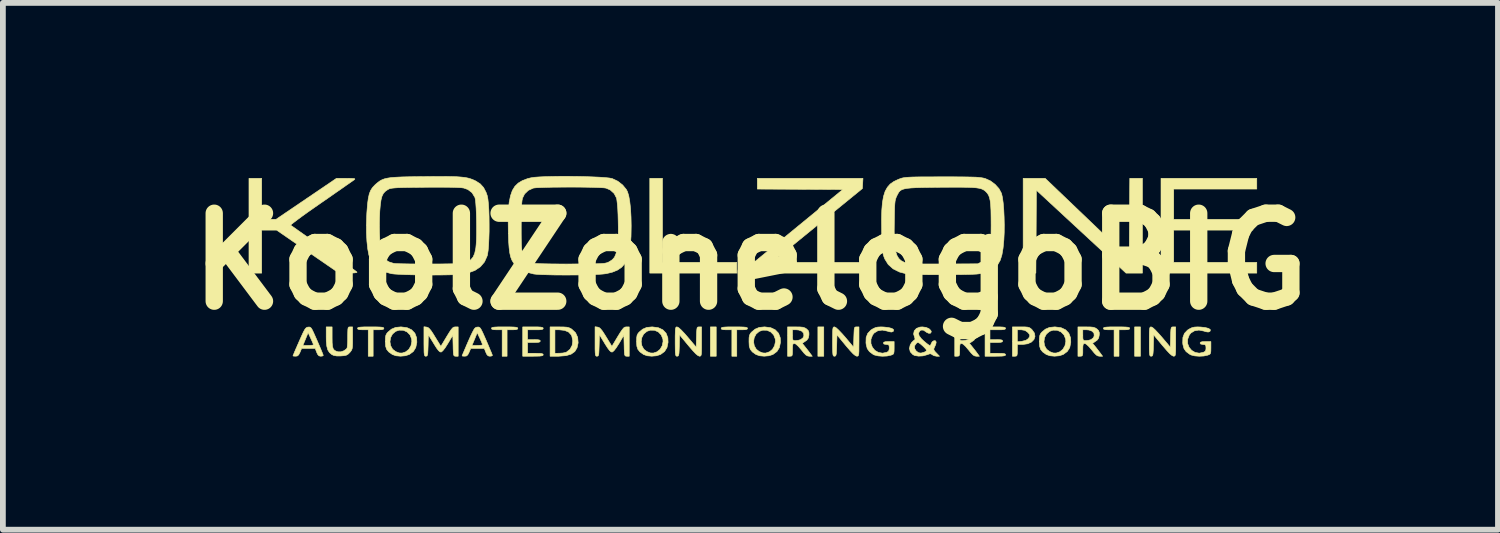
<source format=kicad_pcb>
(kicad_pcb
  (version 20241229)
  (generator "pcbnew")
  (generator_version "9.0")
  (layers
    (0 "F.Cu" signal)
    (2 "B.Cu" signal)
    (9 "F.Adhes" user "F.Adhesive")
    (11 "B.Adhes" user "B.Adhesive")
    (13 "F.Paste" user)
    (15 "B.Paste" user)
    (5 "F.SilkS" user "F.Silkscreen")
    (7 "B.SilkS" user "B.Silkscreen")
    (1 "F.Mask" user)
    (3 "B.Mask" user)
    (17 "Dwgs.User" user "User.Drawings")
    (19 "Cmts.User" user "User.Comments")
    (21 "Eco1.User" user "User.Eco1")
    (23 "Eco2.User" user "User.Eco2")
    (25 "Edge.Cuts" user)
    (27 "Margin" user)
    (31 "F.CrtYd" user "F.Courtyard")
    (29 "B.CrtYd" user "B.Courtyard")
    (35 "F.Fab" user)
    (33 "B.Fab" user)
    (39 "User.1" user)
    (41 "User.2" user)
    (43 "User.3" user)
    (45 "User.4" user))
  (footprint "KoolZonelogoBIG"
    (layer "F.Cu")
    (at 9.95 1.478)
    (property "Reference" "KoolZonelogoBIG" (at 0 0 0) (layer "F.SilkS") (effects (font (size 1.524 1.524) (thickness 0.3))))
    (attr through_hole)
    (fp_poly (pts (xy -0.593 1.643) (xy -0.694 1.643) (xy -0.694 1.135) (xy -0.593 1.135) (xy -0.593 1.643)) (stroke (width 0.01) (type solid)) (fill yes) (layer "F.SilkS"))
    (fp_poly (pts (xy 1.27 1.643) (xy 1.168 1.643) (xy 1.168 1.135) (xy 1.27 1.135) (xy 1.27 1.643)) (stroke (width 0.01) (type solid)) (fill yes) (layer "F.SilkS"))
    (fp_poly (pts (xy 6.756 1.643) (xy 6.655 1.643) (xy 6.655 1.135) (xy 6.756 1.135) (xy 6.756 1.643)) (stroke (width 0.01) (type solid)) (fill yes) (layer "F.SilkS"))
    (fp_poly (pts (xy -1.524 0.017) (xy -0.237 0.017) (xy -0.237 0.203) (xy -1.744 0.203) (xy -1.744 -1.439) (xy -1.524 -1.439) (xy -1.524 0.017)) (stroke (width 0.01) (type solid)) (fill yes) (layer "F.SilkS"))
    (fp_poly (pts (xy 8.771 -1.253) (xy 7.332 -1.253) (xy 7.332 -0.728) (xy 8.704 -0.728) (xy 8.704 -0.542) (xy 7.332 -0.542) (xy 7.332 0.017) (xy 8.771 0.017) (xy 8.771 0.203) (xy 7.112 0.203) (xy 7.112 -1.439) (xy 8.771 -1.439) (xy 8.771 -1.253)) (stroke (width 0.01) (type solid)) (fill yes) (layer "F.SilkS"))
    (fp_poly (pts (xy 1.944 -1.351) (xy 1.939 -1.262) (xy 1.155 -0.623) (xy 0.37 0.017) (xy 1.964 0.017) (xy 1.964 0.203) (xy 0.051 0.203) (xy 0.051 0.024) (xy 0.825 -0.61) (xy 1.599 -1.245) (xy 0.119 -1.253) (xy 0.119 -1.439) (xy 1.949 -1.439) (xy 1.944 -1.351)) (stroke (width 0.01) (type solid)) (fill yes) (layer "F.SilkS"))
    (fp_poly (pts (xy 6.79 0.203) (xy 6.506 0.203) (xy 5.729 -0.515) (xy 4.953 -1.233) (xy 4.949 -0.515) (xy 4.944 0.203) (xy 4.724 0.203) (xy 4.724 -1.439) (xy 5.105 -1.439) (xy 5.834 -0.742) (xy 6.562 -0.046) (xy 6.566 -0.743) (xy 6.571 -1.439) (xy 6.79 -1.439) (xy 6.79 0.203)) (stroke (width 0.01) (type solid)) (fill yes) (layer "F.SilkS"))
    (fp_poly (pts (xy -6.485 1.135) (xy -6.42 1.137) (xy -6.379 1.141) (xy -6.358 1.147) (xy -6.35 1.157) (xy -6.35 1.16) (xy -6.358 1.175) (xy -6.388 1.183) (xy -6.443 1.185) (xy -6.536 1.185) (xy -6.536 1.643) (xy -6.621 1.643) (xy -6.621 1.185) (xy -6.714 1.185) (xy -6.77 1.183) (xy -6.799 1.175) (xy -6.807 1.16) (xy -6.802 1.15) (xy -6.785 1.142) (xy -6.749 1.138) (xy -6.691 1.135) (xy -6.604 1.135) (xy -6.579 1.135) (xy -6.485 1.135)) (stroke (width 0.01) (type solid)) (fill yes) (layer "F.SilkS"))
    (fp_poly (pts (xy -4.165 1.135) (xy -4.1 1.137) (xy -4.06 1.141) (xy -4.038 1.147) (xy -4.03 1.157) (xy -4.03 1.16) (xy -4.038 1.175) (xy -4.068 1.183) (xy -4.123 1.185) (xy -4.216 1.185) (xy -4.216 1.643) (xy -4.301 1.643) (xy -4.301 1.185) (xy -4.394 1.185) (xy -4.45 1.183) (xy -4.479 1.175) (xy -4.487 1.16) (xy -4.483 1.15) (xy -4.465 1.142) (xy -4.429 1.138) (xy -4.371 1.135) (xy -4.285 1.135) (xy -4.259 1.135) (xy -4.165 1.135)) (stroke (width 0.01) (type solid)) (fill yes) (layer "F.SilkS"))
    (fp_poly (pts (xy -0.186 1.135) (xy -0.121 1.137) (xy -0.08 1.141) (xy -0.059 1.147) (xy -0.051 1.157) (xy -0.051 1.16) (xy -0.059 1.175) (xy -0.089 1.183) (xy -0.144 1.185) (xy -0.237 1.185) (xy -0.237 1.643) (xy -0.322 1.643) (xy -0.322 1.185) (xy -0.415 1.185) (xy -0.471 1.183) (xy -0.5 1.175) (xy -0.508 1.16) (xy -0.503 1.15) (xy -0.485 1.142) (xy -0.45 1.138) (xy -0.391 1.135) (xy -0.305 1.135) (xy -0.279 1.135) (xy -0.186 1.135)) (stroke (width 0.01) (type solid)) (fill yes) (layer "F.SilkS"))
    (fp_poly (pts (xy 6.435 1.135) (xy 6.5 1.137) (xy 6.541 1.141) (xy 6.562 1.147) (xy 6.57 1.157) (xy 6.57 1.16) (xy 6.562 1.175) (xy 6.532 1.183) (xy 6.477 1.185) (xy 6.384 1.185) (xy 6.384 1.643) (xy 6.299 1.643) (xy 6.299 1.185) (xy 6.206 1.185) (xy 6.15 1.183) (xy 6.121 1.175) (xy 6.113 1.16) (xy 6.118 1.15) (xy 6.136 1.142) (xy 6.171 1.138) (xy 6.23 1.135) (xy 6.316 1.135) (xy 6.342 1.135) (xy 6.435 1.135)) (stroke (width 0.01) (type solid)) (fill yes) (layer "F.SilkS"))
    (fp_poly (pts (xy -3.686 1.135) (xy -3.634 1.138) (xy -3.604 1.144) (xy -3.591 1.153) (xy -3.59 1.16) (xy -3.596 1.173) (xy -3.619 1.181) (xy -3.665 1.185) (xy -3.725 1.185) (xy -3.861 1.185) (xy -3.861 1.355) (xy -3.751 1.355) (xy -3.689 1.356) (xy -3.655 1.362) (xy -3.641 1.374) (xy -3.641 1.38) (xy -3.648 1.394) (xy -3.674 1.402) (xy -3.726 1.405) (xy -3.751 1.405) (xy -3.861 1.405) (xy -3.861 1.592) (xy -3.725 1.592) (xy -3.656 1.593) (xy -3.614 1.597) (xy -3.594 1.606) (xy -3.59 1.617) (xy -3.595 1.629) (xy -3.615 1.636) (xy -3.655 1.641) (xy -3.721 1.642) (xy -3.768 1.643) (xy -3.945 1.643) (xy -3.945 1.135) (xy -3.768 1.135) (xy -3.686 1.135)) (stroke (width 0.01) (type solid)) (fill yes) (layer "F.SilkS"))
    (fp_poly (pts (xy -3.234 1.136) (xy -3.18 1.14) (xy -3.141 1.15) (xy -3.109 1.166) (xy -3.097 1.173) (xy -3.03 1.236) (xy -2.993 1.316) (xy -2.985 1.41) (xy -2.985 1.411) (xy -3.004 1.497) (xy -3.043 1.562) (xy -3.107 1.607) (xy -3.195 1.633) (xy -3.312 1.642) (xy -3.323 1.643) (xy -3.471 1.643) (xy -3.471 1.185) (xy -3.387 1.185) (xy -3.387 1.592) (xy -3.306 1.591) (xy -3.248 1.587) (xy -3.198 1.576) (xy -3.185 1.57) (xy -3.125 1.522) (xy -3.089 1.455) (xy -3.078 1.378) (xy -3.094 1.298) (xy -3.104 1.275) (xy -3.149 1.225) (xy -3.22 1.195) (xy -3.313 1.185) (xy -3.387 1.185) (xy -3.471 1.185) (xy -3.471 1.135) (xy -3.313 1.135) (xy -3.234 1.136)) (stroke (width 0.01) (type solid)) (fill yes) (layer "F.SilkS"))
    (fp_poly (pts (xy 4.323 1.135) (xy 4.376 1.138) (xy 4.406 1.144) (xy 4.418 1.153) (xy 4.42 1.16) (xy 4.413 1.173) (xy 4.39 1.181) (xy 4.344 1.185) (xy 4.284 1.185) (xy 4.149 1.185) (xy 4.149 1.355) (xy 4.259 1.355) (xy 4.32 1.356) (xy 4.355 1.362) (xy 4.368 1.374) (xy 4.369 1.38) (xy 4.361 1.394) (xy 4.335 1.402) (xy 4.284 1.405) (xy 4.259 1.405) (xy 4.149 1.405) (xy 4.149 1.592) (xy 4.284 1.592) (xy 4.354 1.593) (xy 4.395 1.597) (xy 4.415 1.606) (xy 4.42 1.617) (xy 4.414 1.629) (xy 4.394 1.636) (xy 4.354 1.641) (xy 4.289 1.642) (xy 4.242 1.643) (xy 4.064 1.643) (xy 4.064 1.135) (xy 4.242 1.135) (xy 4.323 1.135)) (stroke (width 0.01) (type solid)) (fill yes) (layer "F.SilkS"))
    (fp_poly (pts (xy 4.755 1.135) (xy 4.802 1.139) (xy 4.833 1.148) (xy 4.858 1.165) (xy 4.878 1.184) (xy 4.919 1.242) (xy 4.929 1.3) (xy 4.911 1.353) (xy 4.868 1.397) (xy 4.803 1.427) (xy 4.718 1.439) (xy 4.708 1.439) (xy 4.623 1.439) (xy 4.623 1.541) (xy 4.622 1.597) (xy 4.617 1.628) (xy 4.605 1.64) (xy 4.582 1.643) (xy 4.58 1.643) (xy 4.538 1.643) (xy 4.538 1.185) (xy 4.623 1.185) (xy 4.623 1.393) (xy 4.703 1.384) (xy 4.772 1.367) (xy 4.813 1.338) (xy 4.837 1.301) (xy 4.838 1.272) (xy 4.813 1.239) (xy 4.801 1.227) (xy 4.755 1.195) (xy 4.694 1.185) (xy 4.691 1.185) (xy 4.623 1.185) (xy 4.538 1.185) (xy 4.538 1.135) (xy 4.683 1.135) (xy 4.755 1.135)) (stroke (width 0.01) (type solid)) (fill yes) (layer "F.SilkS"))
    (fp_poly (pts (xy -7.247 1.318) (xy -7.246 1.41) (xy -7.24 1.474) (xy -7.227 1.516) (xy -7.204 1.542) (xy -7.17 1.559) (xy -7.143 1.566) (xy -7.094 1.566) (xy -7.042 1.548) (xy -7 1.518) (xy -6.987 1.498) (xy -6.983 1.47) (xy -6.979 1.417) (xy -6.977 1.348) (xy -6.977 1.302) (xy -6.976 1.226) (xy -6.974 1.177) (xy -6.969 1.15) (xy -6.96 1.138) (xy -6.944 1.135) (xy -6.934 1.135) (xy -6.892 1.135) (xy -6.892 1.329) (xy -6.892 1.413) (xy -6.894 1.471) (xy -6.899 1.509) (xy -6.909 1.536) (xy -6.925 1.56) (xy -6.94 1.578) (xy -6.971 1.608) (xy -7.003 1.626) (xy -7.046 1.634) (xy -7.097 1.638) (xy -7.169 1.638) (xy -7.219 1.629) (xy -7.252 1.614) (xy -7.293 1.579) (xy -7.322 1.533) (xy -7.339 1.469) (xy -7.348 1.383) (xy -7.349 1.306) (xy -7.349 1.135) (xy -7.247 1.135) (xy -7.247 1.318)) (stroke (width 0.01) (type solid)) (fill yes) (layer "F.SilkS"))
    (fp_poly (pts (xy -0.847 1.389) (xy -0.847 1.486) (xy -0.848 1.555) (xy -0.85 1.6) (xy -0.855 1.626) (xy -0.863 1.638) (xy -0.875 1.642) (xy -0.885 1.642) (xy -0.91 1.631) (xy -0.947 1.601) (xy -0.998 1.547) (xy -1.066 1.468) (xy -1.075 1.457) (xy -1.228 1.273) (xy -1.232 1.458) (xy -1.235 1.539) (xy -1.238 1.592) (xy -1.244 1.623) (xy -1.253 1.638) (xy -1.266 1.642) (xy -1.271 1.643) (xy -1.283 1.641) (xy -1.292 1.632) (xy -1.298 1.611) (xy -1.302 1.574) (xy -1.303 1.514) (xy -1.304 1.428) (xy -1.304 1.389) (xy -1.304 1.291) (xy -1.302 1.222) (xy -1.3 1.177) (xy -1.295 1.151) (xy -1.287 1.138) (xy -1.276 1.135) (xy -1.271 1.135) (xy -1.244 1.148) (xy -1.2 1.188) (xy -1.139 1.252) (xy -1.089 1.31) (xy -0.94 1.486) (xy -0.935 1.31) (xy -0.933 1.232) (xy -0.929 1.181) (xy -0.924 1.152) (xy -0.914 1.139) (xy -0.899 1.135) (xy -0.888 1.135) (xy -0.847 1.135) (xy -0.847 1.389)) (stroke (width 0.01) (type solid)) (fill yes) (layer "F.SilkS"))
    (fp_poly (pts (xy 1.88 1.389) (xy 1.879 1.486) (xy 1.879 1.555) (xy 1.876 1.6) (xy 1.871 1.626) (xy 1.863 1.638) (xy 1.852 1.642) (xy 1.841 1.642) (xy 1.816 1.631) (xy 1.779 1.601) (xy 1.728 1.547) (xy 1.66 1.468) (xy 1.651 1.457) (xy 1.499 1.273) (xy 1.494 1.458) (xy 1.491 1.539) (xy 1.488 1.592) (xy 1.482 1.623) (xy 1.474 1.638) (xy 1.46 1.642) (xy 1.456 1.643) (xy 1.443 1.641) (xy 1.434 1.632) (xy 1.428 1.611) (xy 1.425 1.574) (xy 1.423 1.514) (xy 1.422 1.428) (xy 1.422 1.389) (xy 1.423 1.291) (xy 1.424 1.222) (xy 1.426 1.177) (xy 1.431 1.151) (xy 1.439 1.138) (xy 1.451 1.135) (xy 1.456 1.135) (xy 1.482 1.148) (xy 1.526 1.188) (xy 1.587 1.252) (xy 1.638 1.31) (xy 1.786 1.486) (xy 1.791 1.31) (xy 1.794 1.232) (xy 1.797 1.181) (xy 1.802 1.152) (xy 1.812 1.139) (xy 1.827 1.135) (xy 1.838 1.135) (xy 1.88 1.135) (xy 1.88 1.389)) (stroke (width 0.01) (type solid)) (fill yes) (layer "F.SilkS"))
    (fp_poly (pts (xy 7.366 1.389) (xy 7.366 1.486) (xy 7.365 1.555) (xy 7.362 1.6) (xy 7.358 1.626) (xy 7.35 1.638) (xy 7.338 1.642) (xy 7.328 1.642) (xy 7.303 1.631) (xy 7.266 1.601) (xy 7.215 1.547) (xy 7.147 1.468) (xy 7.137 1.457) (xy 6.985 1.273) (xy 6.98 1.458) (xy 6.978 1.539) (xy 6.974 1.592) (xy 6.969 1.623) (xy 6.96 1.638) (xy 6.947 1.642) (xy 6.942 1.643) (xy 6.929 1.641) (xy 6.92 1.632) (xy 6.914 1.611) (xy 6.911 1.574) (xy 6.909 1.514) (xy 6.909 1.428) (xy 6.909 1.389) (xy 6.909 1.291) (xy 6.91 1.222) (xy 6.913 1.177) (xy 6.918 1.151) (xy 6.926 1.138) (xy 6.937 1.135) (xy 6.942 1.135) (xy 6.969 1.148) (xy 7.013 1.188) (xy 7.073 1.252) (xy 7.124 1.31) (xy 7.273 1.486) (xy 7.278 1.31) (xy 7.28 1.232) (xy 7.283 1.181) (xy 7.289 1.152) (xy 7.298 1.139) (xy 7.313 1.135) (xy 7.324 1.135) (xy 7.366 1.135) (xy 7.366 1.389)) (stroke (width 0.01) (type solid)) (fill yes) (layer "F.SilkS"))
    (fp_poly (pts (xy -5.949 1.148) (xy -5.87 1.185) (xy -5.813 1.244) (xy -5.783 1.323) (xy -5.779 1.402) (xy -5.798 1.493) (xy -5.84 1.561) (xy -5.909 1.612) (xy -5.911 1.613) (xy -5.98 1.635) (xy -6.061 1.642) (xy -6.14 1.635) (xy -6.203 1.613) (xy -6.206 1.611) (xy -6.266 1.568) (xy -6.302 1.524) (xy -6.32 1.469) (xy -6.325 1.392) (xy -6.245 1.392) (xy -6.233 1.461) (xy -6.199 1.522) (xy -6.147 1.562) (xy -6.086 1.586) (xy -6.034 1.588) (xy -5.975 1.568) (xy -5.969 1.565) (xy -5.917 1.523) (xy -5.881 1.461) (xy -5.866 1.388) (xy -5.869 1.345) (xy -5.897 1.274) (xy -5.948 1.222) (xy -6.014 1.193) (xy -6.087 1.192) (xy -6.146 1.212) (xy -6.201 1.259) (xy -6.234 1.321) (xy -6.245 1.392) (xy -6.325 1.392) (xy -6.325 1.391) (xy -6.325 1.388) (xy -6.323 1.323) (xy -6.316 1.28) (xy -6.3 1.249) (xy -6.282 1.227) (xy -6.219 1.174) (xy -6.148 1.144) (xy -6.059 1.135) (xy -6.05 1.135) (xy -5.949 1.148)) (stroke (width 0.01) (type solid)) (fill yes) (layer "F.SilkS"))
    (fp_poly (pts (xy -1.598 1.148) (xy -1.518 1.185) (xy -1.462 1.244) (xy -1.431 1.323) (xy -1.427 1.402) (xy -1.446 1.493) (xy -1.488 1.561) (xy -1.557 1.612) (xy -1.559 1.613) (xy -1.628 1.635) (xy -1.709 1.642) (xy -1.788 1.635) (xy -1.851 1.613) (xy -1.854 1.611) (xy -1.914 1.568) (xy -1.95 1.524) (xy -1.968 1.469) (xy -1.973 1.392) (xy -1.893 1.392) (xy -1.881 1.461) (xy -1.847 1.522) (xy -1.795 1.562) (xy -1.734 1.586) (xy -1.682 1.588) (xy -1.623 1.568) (xy -1.617 1.565) (xy -1.565 1.523) (xy -1.529 1.461) (xy -1.514 1.388) (xy -1.517 1.345) (xy -1.546 1.274) (xy -1.596 1.222) (xy -1.662 1.193) (xy -1.735 1.192) (xy -1.794 1.212) (xy -1.85 1.259) (xy -1.882 1.321) (xy -1.893 1.392) (xy -1.973 1.392) (xy -1.973 1.391) (xy -1.973 1.388) (xy -1.971 1.323) (xy -1.964 1.28) (xy -1.948 1.249) (xy -1.93 1.227) (xy -1.867 1.174) (xy -1.797 1.144) (xy -1.707 1.135) (xy -1.698 1.135) (xy -1.598 1.148)) (stroke (width 0.01) (type solid)) (fill yes) (layer "F.SilkS"))
    (fp_poly (pts (xy 0.35 1.148) (xy 0.429 1.185) (xy 0.486 1.244) (xy 0.516 1.323) (xy 0.52 1.402) (xy 0.501 1.493) (xy 0.459 1.561) (xy 0.39 1.612) (xy 0.388 1.613) (xy 0.319 1.635) (xy 0.238 1.642) (xy 0.159 1.635) (xy 0.096 1.613) (xy 0.093 1.611) (xy 0.033 1.568) (xy -0.003 1.524) (xy -0.021 1.469) (xy -0.025 1.392) (xy 0.054 1.392) (xy 0.066 1.461) (xy 0.101 1.522) (xy 0.152 1.562) (xy 0.214 1.586) (xy 0.265 1.588) (xy 0.324 1.568) (xy 0.331 1.565) (xy 0.382 1.523) (xy 0.418 1.461) (xy 0.433 1.388) (xy 0.43 1.345) (xy 0.402 1.274) (xy 0.351 1.222) (xy 0.285 1.193) (xy 0.212 1.192) (xy 0.153 1.212) (xy 0.098 1.259) (xy 0.065 1.321) (xy 0.054 1.392) (xy -0.025 1.392) (xy -0.025 1.391) (xy -0.025 1.388) (xy -0.024 1.323) (xy -0.017 1.28) (xy -0.001 1.249) (xy 0.017 1.227) (xy 0.08 1.174) (xy 0.151 1.144) (xy 0.24 1.135) (xy 0.249 1.135) (xy 0.35 1.148)) (stroke (width 0.01) (type solid)) (fill yes) (layer "F.SilkS"))
    (fp_poly (pts (xy 5.379 1.148) (xy 5.459 1.185) (xy 5.515 1.244) (xy 5.545 1.323) (xy 5.549 1.402) (xy 5.531 1.493) (xy 5.488 1.561) (xy 5.419 1.612) (xy 5.417 1.613) (xy 5.349 1.635) (xy 5.268 1.642) (xy 5.189 1.635) (xy 5.125 1.613) (xy 5.122 1.611) (xy 5.062 1.568) (xy 5.026 1.524) (xy 5.009 1.469) (xy 5.004 1.392) (xy 5.084 1.392) (xy 5.095 1.461) (xy 5.13 1.522) (xy 5.182 1.562) (xy 5.243 1.586) (xy 5.295 1.588) (xy 5.354 1.568) (xy 5.36 1.565) (xy 5.412 1.523) (xy 5.448 1.461) (xy 5.463 1.388) (xy 5.46 1.345) (xy 5.431 1.274) (xy 5.38 1.222) (xy 5.314 1.193) (xy 5.241 1.192) (xy 5.182 1.212) (xy 5.127 1.259) (xy 5.094 1.321) (xy 5.084 1.392) (xy 5.004 1.392) (xy 5.004 1.391) (xy 5.004 1.388) (xy 5.006 1.323) (xy 5.013 1.28) (xy 5.028 1.249) (xy 5.046 1.227) (xy 5.109 1.174) (xy 5.18 1.144) (xy 5.269 1.135) (xy 5.278 1.135) (xy 5.379 1.148)) (stroke (width 0.01) (type solid)) (fill yes) (layer "F.SilkS"))
    (fp_poly (pts (xy -7.625 1.142) (xy -7.609 1.156) (xy -7.591 1.185) (xy -7.568 1.233) (xy -7.536 1.305) (xy -7.505 1.375) (xy -7.469 1.459) (xy -7.438 1.532) (xy -7.415 1.588) (xy -7.402 1.622) (xy -7.4 1.63) (xy -7.414 1.639) (xy -7.444 1.643) (xy -7.475 1.636) (xy -7.498 1.61) (xy -7.514 1.575) (xy -7.54 1.507) (xy -7.775 1.507) (xy -7.803 1.575) (xy -7.826 1.619) (xy -7.851 1.639) (xy -7.878 1.642) (xy -7.912 1.641) (xy -7.925 1.636) (xy -7.918 1.619) (xy -7.901 1.577) (xy -7.874 1.514) (xy -7.848 1.456) (xy -7.753 1.456) (xy -7.661 1.456) (xy -7.611 1.454) (xy -7.578 1.449) (xy -7.57 1.444) (xy -7.577 1.423) (xy -7.595 1.381) (xy -7.617 1.333) (xy -7.662 1.235) (xy -7.708 1.346) (xy -7.753 1.456) (xy -7.848 1.456) (xy -7.84 1.437) (xy -7.818 1.386) (xy -7.777 1.294) (xy -7.747 1.229) (xy -7.724 1.185) (xy -7.705 1.159) (xy -7.688 1.145) (xy -7.67 1.139) (xy -7.661 1.138) (xy -7.641 1.137) (xy -7.625 1.142)) (stroke (width 0.01) (type solid)) (fill yes) (layer "F.SilkS"))
    (fp_poly (pts (xy -5.61 1.138) (xy -5.586 1.145) (xy -5.562 1.165) (xy -5.532 1.201) (xy -5.493 1.26) (xy -5.464 1.308) (xy -5.363 1.472) (xy -5.262 1.303) (xy -5.217 1.23) (xy -5.185 1.182) (xy -5.16 1.153) (xy -5.139 1.139) (xy -5.117 1.135) (xy -5.112 1.135) (xy -5.063 1.135) (xy -5.063 1.643) (xy -5.105 1.643) (xy -5.123 1.641) (xy -5.135 1.634) (xy -5.143 1.615) (xy -5.147 1.577) (xy -5.15 1.515) (xy -5.151 1.461) (xy -5.156 1.279) (xy -5.242 1.423) (xy -5.29 1.499) (xy -5.33 1.549) (xy -5.358 1.571) (xy -5.36 1.571) (xy -5.38 1.566) (xy -5.405 1.544) (xy -5.438 1.5) (xy -5.482 1.43) (xy -5.486 1.423) (xy -5.58 1.27) (xy -5.584 1.456) (xy -5.587 1.538) (xy -5.59 1.592) (xy -5.596 1.623) (xy -5.604 1.638) (xy -5.618 1.642) (xy -5.622 1.643) (xy -5.635 1.641) (xy -5.644 1.632) (xy -5.65 1.612) (xy -5.654 1.574) (xy -5.655 1.515) (xy -5.656 1.428) (xy -5.656 1.387) (xy -5.656 1.132) (xy -5.61 1.138)) (stroke (width 0.01) (type solid)) (fill yes) (layer "F.SilkS"))
    (fp_poly (pts (xy -4.696 1.142) (xy -4.68 1.156) (xy -4.662 1.185) (xy -4.638 1.233) (xy -4.606 1.305) (xy -4.575 1.375) (xy -4.539 1.459) (xy -4.509 1.532) (xy -4.485 1.588) (xy -4.472 1.622) (xy -4.47 1.63) (xy -4.485 1.639) (xy -4.514 1.643) (xy -4.545 1.636) (xy -4.568 1.61) (xy -4.584 1.575) (xy -4.611 1.507) (xy -4.845 1.507) (xy -4.874 1.575) (xy -4.897 1.619) (xy -4.921 1.639) (xy -4.949 1.642) (xy -4.983 1.641) (xy -4.995 1.636) (xy -4.989 1.619) (xy -4.971 1.577) (xy -4.944 1.514) (xy -4.919 1.456) (xy -4.824 1.456) (xy -4.732 1.456) (xy -4.681 1.454) (xy -4.648 1.449) (xy -4.641 1.444) (xy -4.648 1.423) (xy -4.665 1.381) (xy -4.687 1.333) (xy -4.733 1.235) (xy -4.778 1.346) (xy -4.824 1.456) (xy -4.919 1.456) (xy -4.911 1.437) (xy -4.889 1.386) (xy -4.848 1.294) (xy -4.817 1.229) (xy -4.794 1.185) (xy -4.776 1.159) (xy -4.759 1.145) (xy -4.741 1.139) (xy -4.731 1.138) (xy -4.712 1.137) (xy -4.696 1.142)) (stroke (width 0.01) (type solid)) (fill yes) (layer "F.SilkS"))
    (fp_poly (pts (xy -2.647 1.138) (xy -2.623 1.145) (xy -2.599 1.165) (xy -2.569 1.201) (xy -2.53 1.26) (xy -2.5 1.308) (xy -2.4 1.472) (xy -2.299 1.303) (xy -2.254 1.23) (xy -2.221 1.182) (xy -2.197 1.153) (xy -2.176 1.139) (xy -2.154 1.135) (xy -2.149 1.135) (xy -2.1 1.135) (xy -2.1 1.643) (xy -2.141 1.643) (xy -2.16 1.641) (xy -2.172 1.634) (xy -2.18 1.615) (xy -2.184 1.577) (xy -2.187 1.515) (xy -2.188 1.461) (xy -2.193 1.279) (xy -2.278 1.423) (xy -2.327 1.499) (xy -2.366 1.549) (xy -2.395 1.571) (xy -2.397 1.571) (xy -2.417 1.566) (xy -2.441 1.544) (xy -2.474 1.5) (xy -2.519 1.43) (xy -2.523 1.423) (xy -2.616 1.27) (xy -2.621 1.456) (xy -2.624 1.538) (xy -2.627 1.592) (xy -2.632 1.623) (xy -2.641 1.638) (xy -2.654 1.642) (xy -2.659 1.643) (xy -2.672 1.641) (xy -2.681 1.632) (xy -2.687 1.612) (xy -2.69 1.574) (xy -2.692 1.515) (xy -2.692 1.428) (xy -2.692 1.387) (xy -2.692 1.132) (xy -2.647 1.138)) (stroke (width 0.01) (type solid)) (fill yes) (layer "F.SilkS"))
    (fp_poly (pts (xy -8.467 -0.728) (xy -8.219 -0.728) (xy -7.171 -1.439) (xy -7.002 -1.439) (xy -6.926 -1.438) (xy -6.879 -1.436) (xy -6.856 -1.432) (xy -6.853 -1.425) (xy -6.865 -1.413) (xy -6.866 -1.412) (xy -6.888 -1.397) (xy -6.933 -1.365) (xy -7.001 -1.318) (xy -7.086 -1.258) (xy -7.186 -1.189) (xy -7.297 -1.111) (xy -7.417 -1.028) (xy -7.439 -1.013) (xy -7.558 -0.93) (xy -7.668 -0.853) (xy -7.764 -0.784) (xy -7.845 -0.724) (xy -7.907 -0.677) (xy -7.948 -0.645) (xy -7.964 -0.628) (xy -7.964 -0.627) (xy -7.948 -0.615) (xy -7.906 -0.586) (xy -7.843 -0.541) (xy -7.762 -0.484) (xy -7.664 -0.415) (xy -7.554 -0.338) (xy -7.434 -0.255) (xy -7.388 -0.222) (xy -7.265 -0.137) (xy -7.152 -0.056) (xy -7.05 0.016) (xy -6.962 0.078) (xy -6.892 0.128) (xy -6.843 0.164) (xy -6.818 0.184) (xy -6.815 0.187) (xy -6.826 0.195) (xy -6.867 0.2) (xy -6.936 0.203) (xy -6.966 0.203) (xy -7.127 0.203) (xy -7.668 -0.169) (xy -8.209 -0.542) (xy -8.467 -0.542) (xy -8.467 0.203) (xy -8.687 0.203) (xy -8.687 -1.439) (xy -8.467 -1.439) (xy -8.467 -0.728)) (stroke (width 0.01) (type solid)) (fill yes) (layer "F.SilkS"))
    (fp_poly (pts (xy 0.86 1.136) (xy 0.91 1.141) (xy 0.945 1.153) (xy 0.972 1.17) (xy 1.002 1.2) (xy 1.013 1.235) (xy 1.013 1.276) (xy 1.003 1.327) (xy 0.978 1.363) (xy 0.952 1.382) (xy 0.897 1.419) (xy 0.936 1.467) (xy 0.972 1.513) (xy 1.013 1.565) (xy 1.023 1.579) (xy 1.071 1.643) (xy 1.02 1.643) (xy 0.99 1.638) (xy 0.961 1.622) (xy 0.927 1.588) (xy 0.882 1.532) (xy 0.829 1.471) (xy 0.787 1.433) (xy 0.762 1.422) (xy 0.744 1.426) (xy 0.733 1.441) (xy 0.729 1.476) (xy 0.728 1.532) (xy 0.727 1.592) (xy 0.723 1.625) (xy 0.713 1.639) (xy 0.693 1.642) (xy 0.686 1.643) (xy 0.643 1.643) (xy 0.643 1.185) (xy 0.728 1.185) (xy 0.728 1.278) (xy 0.729 1.332) (xy 0.735 1.359) (xy 0.749 1.37) (xy 0.778 1.372) (xy 0.778 1.372) (xy 0.831 1.366) (xy 0.87 1.355) (xy 0.91 1.324) (xy 0.925 1.293) (xy 0.922 1.246) (xy 0.891 1.21) (xy 0.836 1.189) (xy 0.794 1.185) (xy 0.728 1.185) (xy 0.643 1.185) (xy 0.643 1.135) (xy 0.785 1.135) (xy 0.86 1.136)) (stroke (width 0.01) (type solid)) (fill yes) (layer "F.SilkS"))
    (fp_poly (pts (xy 2.312 1.137) (xy 2.392 1.146) (xy 2.449 1.161) (xy 2.478 1.18) (xy 2.479 1.204) (xy 2.468 1.216) (xy 2.443 1.224) (xy 2.402 1.218) (xy 2.368 1.207) (xy 2.283 1.19) (xy 2.206 1.202) (xy 2.144 1.24) (xy 2.116 1.275) (xy 2.087 1.35) (xy 2.087 1.423) (xy 2.112 1.488) (xy 2.156 1.542) (xy 2.216 1.577) (xy 2.288 1.59) (xy 2.361 1.575) (xy 2.392 1.557) (xy 2.403 1.524) (xy 2.405 1.499) (xy 2.402 1.459) (xy 2.388 1.443) (xy 2.354 1.439) (xy 2.313 1.432) (xy 2.303 1.414) (xy 2.311 1.399) (xy 2.341 1.391) (xy 2.396 1.389) (xy 2.489 1.389) (xy 2.489 1.497) (xy 2.488 1.556) (xy 2.483 1.59) (xy 2.471 1.609) (xy 2.446 1.62) (xy 2.436 1.624) (xy 2.368 1.639) (xy 2.288 1.643) (xy 2.21 1.637) (xy 2.146 1.621) (xy 2.125 1.611) (xy 2.061 1.563) (xy 2.023 1.51) (xy 2.005 1.44) (xy 2.001 1.411) (xy 2.004 1.318) (xy 2.032 1.247) (xy 2.086 1.19) (xy 2.119 1.169) (xy 2.162 1.148) (xy 2.205 1.138) (xy 2.26 1.135) (xy 2.312 1.137)) (stroke (width 0.01) (type solid)) (fill yes) (layer "F.SilkS"))
    (fp_poly (pts (xy 3.755 1.136) (xy 3.805 1.141) (xy 3.84 1.153) (xy 3.868 1.17) (xy 3.898 1.2) (xy 3.909 1.235) (xy 3.908 1.276) (xy 3.899 1.327) (xy 3.874 1.363) (xy 3.848 1.382) (xy 3.793 1.419) (xy 3.832 1.467) (xy 3.868 1.513) (xy 3.909 1.565) (xy 3.919 1.579) (xy 3.966 1.643) (xy 3.915 1.643) (xy 3.886 1.638) (xy 3.857 1.622) (xy 3.823 1.588) (xy 3.777 1.532) (xy 3.725 1.471) (xy 3.683 1.433) (xy 3.657 1.422) (xy 3.639 1.426) (xy 3.629 1.441) (xy 3.625 1.476) (xy 3.624 1.532) (xy 3.623 1.592) (xy 3.619 1.625) (xy 3.608 1.639) (xy 3.588 1.642) (xy 3.581 1.643) (xy 3.539 1.643) (xy 3.539 1.185) (xy 3.624 1.185) (xy 3.624 1.278) (xy 3.625 1.332) (xy 3.63 1.359) (xy 3.645 1.37) (xy 3.673 1.372) (xy 3.673 1.372) (xy 3.727 1.366) (xy 3.766 1.355) (xy 3.806 1.324) (xy 3.821 1.293) (xy 3.818 1.246) (xy 3.786 1.21) (xy 3.732 1.189) (xy 3.69 1.185) (xy 3.624 1.185) (xy 3.539 1.185) (xy 3.539 1.135) (xy 3.681 1.135) (xy 3.755 1.136)) (stroke (width 0.01) (type solid)) (fill yes) (layer "F.SilkS"))
    (fp_poly (pts (xy 5.889 1.136) (xy 5.939 1.141) (xy 5.974 1.153) (xy 6.001 1.17) (xy 6.031 1.2) (xy 6.043 1.235) (xy 6.042 1.276) (xy 6.032 1.327) (xy 6.007 1.363) (xy 5.981 1.382) (xy 5.926 1.419) (xy 5.966 1.467) (xy 6.002 1.513) (xy 6.042 1.565) (xy 6.053 1.579) (xy 6.1 1.643) (xy 6.049 1.643) (xy 6.019 1.638) (xy 5.991 1.622) (xy 5.957 1.588) (xy 5.911 1.532) (xy 5.858 1.471) (xy 5.816 1.433) (xy 5.791 1.422) (xy 5.773 1.426) (xy 5.763 1.441) (xy 5.758 1.476) (xy 5.757 1.532) (xy 5.757 1.592) (xy 5.752 1.625) (xy 5.742 1.639) (xy 5.722 1.642) (xy 5.715 1.643) (xy 5.673 1.643) (xy 5.673 1.185) (xy 5.757 1.185) (xy 5.757 1.278) (xy 5.758 1.332) (xy 5.764 1.359) (xy 5.779 1.37) (xy 5.807 1.372) (xy 5.807 1.372) (xy 5.861 1.366) (xy 5.9 1.355) (xy 5.939 1.324) (xy 5.954 1.293) (xy 5.951 1.246) (xy 5.92 1.21) (xy 5.865 1.189) (xy 5.823 1.185) (xy 5.757 1.185) (xy 5.673 1.185) (xy 5.673 1.135) (xy 5.814 1.135) (xy 5.889 1.136)) (stroke (width 0.01) (type solid)) (fill yes) (layer "F.SilkS"))
    (fp_poly (pts (xy 7.799 1.137) (xy 7.879 1.146) (xy 7.935 1.161) (xy 7.965 1.18) (xy 7.965 1.204) (xy 7.955 1.216) (xy 7.929 1.224) (xy 7.888 1.218) (xy 7.854 1.207) (xy 7.769 1.19) (xy 7.693 1.202) (xy 7.63 1.24) (xy 7.602 1.275) (xy 7.573 1.35) (xy 7.573 1.423) (xy 7.598 1.488) (xy 7.643 1.542) (xy 7.703 1.577) (xy 7.774 1.59) (xy 7.847 1.575) (xy 7.878 1.557) (xy 7.89 1.524) (xy 7.891 1.499) (xy 7.888 1.459) (xy 7.874 1.443) (xy 7.84 1.439) (xy 7.8 1.432) (xy 7.789 1.414) (xy 7.798 1.399) (xy 7.827 1.391) (xy 7.882 1.389) (xy 7.976 1.389) (xy 7.976 1.497) (xy 7.975 1.556) (xy 7.97 1.59) (xy 7.957 1.609) (xy 7.932 1.62) (xy 7.922 1.624) (xy 7.854 1.639) (xy 7.775 1.643) (xy 7.696 1.637) (xy 7.632 1.621) (xy 7.612 1.611) (xy 7.547 1.563) (xy 7.51 1.51) (xy 7.491 1.44) (xy 7.488 1.411) (xy 7.491 1.318) (xy 7.518 1.247) (xy 7.572 1.19) (xy 7.606 1.169) (xy 7.648 1.148) (xy 7.691 1.138) (xy 7.747 1.135) (xy 7.799 1.137)) (stroke (width 0.01) (type solid)) (fill yes) (layer "F.SilkS"))
    (fp_poly (pts (xy 3.04 1.143) (xy 3.092 1.165) (xy 3.125 1.197) (xy 3.133 1.22) (xy 3.12 1.243) (xy 3.09 1.246) (xy 3.054 1.231) (xy 3.042 1.221) (xy 2.994 1.19) (xy 2.952 1.191) (xy 2.933 1.206) (xy 2.912 1.243) (xy 2.921 1.287) (xy 2.96 1.339) (xy 3.004 1.381) (xy 3.051 1.42) (xy 3.089 1.448) (xy 3.109 1.459) (xy 3.11 1.459) (xy 3.124 1.444) (xy 3.133 1.419) (xy 3.151 1.39) (xy 3.178 1.374) (xy 3.204 1.375) (xy 3.217 1.396) (xy 3.217 1.4) (xy 3.21 1.437) (xy 3.191 1.48) (xy 3.177 1.512) (xy 3.178 1.535) (xy 3.198 1.563) (xy 3.22 1.586) (xy 3.275 1.643) (xy 3.226 1.643) (xy 3.18 1.634) (xy 3.149 1.617) (xy 3.127 1.602) (xy 3.102 1.602) (xy 3.06 1.617) (xy 2.988 1.637) (xy 2.913 1.641) (xy 2.847 1.631) (xy 2.814 1.615) (xy 2.768 1.566) (xy 2.754 1.506) (xy 2.764 1.463) (xy 2.843 1.463) (xy 2.843 1.51) (xy 2.872 1.553) (xy 2.911 1.582) (xy 2.95 1.588) (xy 2.967 1.585) (xy 3.012 1.572) (xy 3.042 1.556) (xy 3.049 1.541) (xy 3.038 1.518) (xy 3.004 1.483) (xy 2.984 1.464) (xy 2.94 1.426) (xy 2.911 1.407) (xy 2.892 1.406) (xy 2.876 1.417) (xy 2.843 1.463) (xy 2.764 1.463) (xy 2.767 1.448) (xy 2.793 1.404) (xy 2.824 1.374) (xy 2.827 1.372) (xy 2.851 1.352) (xy 2.847 1.325) (xy 2.845 1.321) (xy 2.826 1.258) (xy 2.837 1.203) (xy 2.875 1.161) (xy 2.936 1.138) (xy 2.977 1.135) (xy 3.04 1.143)) (stroke (width 0.01) (type solid)) (fill yes) (layer "F.SilkS"))
    (fp_poly (pts (xy -3.012 -1.472) (xy -2.871 -1.469) (xy -2.739 -1.464) (xy -2.62 -1.459) (xy -2.519 -1.452) (xy -2.442 -1.444) (xy -2.393 -1.434) (xy -2.391 -1.433) (xy -2.298 -1.389) (xy -2.215 -1.324) (xy -2.151 -1.247) (xy -2.131 -1.209) (xy -2.109 -1.139) (xy -2.091 -1.038) (xy -2.077 -0.914) (xy -2.069 -0.769) (xy -2.066 -0.618) (xy -2.069 -0.432) (xy -2.08 -0.276) (xy -2.1 -0.148) (xy -2.131 -0.044) (xy -2.175 0.038) (xy -2.232 0.102) (xy -2.304 0.151) (xy -2.393 0.187) (xy -2.501 0.213) (xy -2.553 0.219) (xy -2.633 0.225) (xy -2.736 0.229) (xy -2.857 0.232) (xy -2.988 0.235) (xy -3.125 0.236) (xy -3.263 0.236) (xy -3.395 0.235) (xy -3.516 0.232) (xy -3.621 0.229) (xy -3.703 0.224) (xy -3.756 0.218) (xy -3.879 0.186) (xy -3.985 0.137) (xy -4.066 0.072) (xy -4.071 0.067) (xy -4.106 0.023) (xy -4.134 -0.024) (xy -4.155 -0.08) (xy -4.17 -0.149) (xy -4.181 -0.236) (xy -4.189 -0.346) (xy -4.194 -0.485) (xy -4.195 -0.518) (xy -4.196 -0.61) (xy -3.971 -0.61) (xy -3.971 -0.479) (xy -3.97 -0.378) (xy -3.968 -0.301) (xy -3.965 -0.244) (xy -3.961 -0.201) (xy -3.954 -0.169) (xy -3.945 -0.142) (xy -3.934 -0.116) (xy -3.892 -0.046) (xy -3.838 -0.000007) (xy -3.762 0.028) (xy -3.74 0.033) (xy -3.706 0.037) (xy -3.642 0.04) (xy -3.553 0.042) (xy -3.445 0.044) (xy -3.321 0.045) (xy -3.186 0.046) (xy -3.09 0.045) (xy -2.935 0.044) (xy -2.81 0.043) (xy -2.712 0.042) (xy -2.636 0.04) (xy -2.578 0.037) (xy -2.536 0.034) (xy -2.504 0.028) (xy -2.481 0.022) (xy -2.46 0.013) (xy -2.443 0.004) (xy -2.393 -0.029) (xy -2.356 -0.071) (xy -2.331 -0.128) (xy -2.312 -0.207) (xy -2.3 -0.293) (xy -2.294 -0.371) (xy -2.29 -0.469) (xy -2.289 -0.579) (xy -2.291 -0.695) (xy -2.294 -0.809) (xy -2.299 -0.914) (xy -2.307 -1.004) (xy -2.315 -1.071) (xy -2.321 -1.099) (xy -2.362 -1.177) (xy -2.428 -1.237) (xy -2.502 -1.269) (xy -2.537 -1.274) (xy -2.601 -1.278) (xy -2.689 -1.281) (xy -2.795 -1.284) (xy -2.914 -1.286) (xy -3.043 -1.287) (xy -3.174 -1.287) (xy -3.304 -1.286) (xy -3.428 -1.285) (xy -3.54 -1.282) (xy -3.635 -1.279) (xy -3.708 -1.276) (xy -3.754 -1.271) (xy -3.763 -1.269) (xy -3.847 -1.231) (xy -3.912 -1.169) (xy -3.949 -1.095) (xy -3.957 -1.053) (xy -3.964 -0.983) (xy -3.968 -0.885) (xy -3.97 -0.757) (xy -3.971 -0.61) (xy -4.196 -0.61) (xy -4.197 -0.715) (xy -4.193 -0.882) (xy -4.18 -1.021) (xy -4.157 -1.136) (xy -4.125 -1.228) (xy -4.08 -1.301) (xy -4.022 -1.357) (xy -3.95 -1.4) (xy -3.863 -1.433) (xy -3.802 -1.448) (xy -3.745 -1.457) (xy -3.661 -1.463) (xy -3.555 -1.468) (xy -3.432 -1.471) (xy -3.297 -1.473) (xy -3.155 -1.473) (xy -3.012 -1.472)) (stroke (width 0.01) (type solid)) (fill yes) (layer "F.SilkS"))
    (fp_poly (pts (xy -5.193 -1.47) (xy -5.093 -1.467) (xy -5.012 -1.461) (xy -4.946 -1.454) (xy -4.891 -1.443) (xy -4.844 -1.429) (xy -4.8 -1.412) (xy -4.759 -1.393) (xy -4.681 -1.343) (xy -4.623 -1.279) (xy -4.579 -1.194) (xy -4.559 -1.136) (xy -4.548 -1.079) (xy -4.539 -0.996) (xy -4.532 -0.891) (xy -4.528 -0.772) (xy -4.527 -0.645) (xy -4.527 -0.517) (xy -4.531 -0.394) (xy -4.536 -0.282) (xy -4.544 -0.188) (xy -4.555 -0.118) (xy -4.56 -0.097) (xy -4.607 0.009) (xy -4.678 0.093) (xy -4.773 0.157) (xy -4.894 0.201) (xy -4.98 0.219) (xy -5.035 0.225) (xy -5.117 0.23) (xy -5.221 0.233) (xy -5.341 0.235) (xy -5.471 0.236) (xy -5.606 0.236) (xy -5.741 0.235) (xy -5.871 0.232) (xy -5.988 0.229) (xy -6.089 0.224) (xy -6.168 0.219) (xy -6.219 0.213) (xy -6.223 0.212) (xy -6.341 0.18) (xy -6.432 0.141) (xy -6.5 0.091) (xy -6.553 0.027) (xy -6.584 -0.031) (xy -6.61 -0.11) (xy -6.63 -0.217) (xy -6.644 -0.348) (xy -6.652 -0.496) (xy -6.652 -0.629) (xy -6.428 -0.629) (xy -6.426 -0.504) (xy -6.421 -0.385) (xy -6.413 -0.277) (xy -6.402 -0.186) (xy -6.389 -0.12) (xy -6.378 -0.089) (xy -6.333 -0.033) (xy -6.261 0.009) (xy -6.185 0.033) (xy -6.153 0.037) (xy -6.092 0.04) (xy -6.006 0.042) (xy -5.899 0.044) (xy -5.777 0.045) (xy -5.643 0.046) (xy -5.546 0.045) (xy -5.39 0.045) (xy -5.264 0.043) (xy -5.165 0.042) (xy -5.088 0.04) (xy -5.03 0.037) (xy -4.987 0.033) (xy -4.955 0.027) (xy -4.931 0.021) (xy -4.911 0.012) (xy -4.903 0.008) (xy -4.845 -0.028) (xy -4.805 -0.075) (xy -4.777 -0.139) (xy -4.758 -0.228) (xy -4.757 -0.236) (xy -4.751 -0.298) (xy -4.746 -0.382) (xy -4.744 -0.482) (xy -4.744 -0.592) (xy -4.745 -0.705) (xy -4.748 -0.816) (xy -4.752 -0.918) (xy -4.758 -1.005) (xy -4.765 -1.07) (xy -4.773 -1.109) (xy -4.774 -1.109) (xy -4.823 -1.19) (xy -4.895 -1.245) (xy -4.968 -1.271) (xy -5.016 -1.277) (xy -5.098 -1.281) (xy -5.213 -1.284) (xy -5.36 -1.285) (xy -5.54 -1.285) (xy -5.639 -1.284) (xy -5.796 -1.282) (xy -5.922 -1.281) (xy -6.022 -1.279) (xy -6.1 -1.277) (xy -6.158 -1.273) (xy -6.2 -1.269) (xy -6.231 -1.264) (xy -6.254 -1.258) (xy -6.272 -1.249) (xy -6.282 -1.244) (xy -6.326 -1.213) (xy -6.359 -1.177) (xy -6.383 -1.128) (xy -6.4 -1.063) (xy -6.412 -0.974) (xy -6.421 -0.871) (xy -6.426 -0.753) (xy -6.428 -0.629) (xy -6.652 -0.629) (xy -6.652 -0.657) (xy -6.646 -0.827) (xy -6.643 -0.87) (xy -6.633 -0.995) (xy -6.62 -1.093) (xy -6.603 -1.169) (xy -6.58 -1.228) (xy -6.549 -1.277) (xy -6.508 -1.321) (xy -6.49 -1.338) (xy -6.453 -1.369) (xy -6.419 -1.394) (xy -6.382 -1.414) (xy -6.34 -1.43) (xy -6.288 -1.442) (xy -6.223 -1.452) (xy -6.141 -1.458) (xy -6.038 -1.463) (xy -5.911 -1.466) (xy -5.757 -1.468) (xy -5.644 -1.469) (xy -5.465 -1.471) (xy -5.316 -1.471) (xy -5.193 -1.47)) (stroke (width 0.01) (type solid)) (fill yes) (layer "F.SilkS"))
    (fp_poly (pts (xy 3.495 -1.465) (xy 3.633 -1.464) (xy 3.744 -1.463) (xy 3.832 -1.461) (xy 3.902 -1.459) (xy 3.955 -1.455) (xy 3.997 -1.45) (xy 4.031 -1.444) (xy 4.061 -1.437) (xy 4.07 -1.434) (xy 4.158 -1.394) (xy 4.239 -1.333) (xy 4.305 -1.26) (xy 4.347 -1.182) (xy 4.349 -1.177) (xy 4.365 -1.108) (xy 4.378 -1.013) (xy 4.388 -0.897) (xy 4.394 -0.769) (xy 4.397 -0.635) (xy 4.396 -0.502) (xy 4.39 -0.377) (xy 4.39 -0.375) (xy 4.376 -0.229) (xy 4.356 -0.112) (xy 4.327 -0.02) (xy 4.286 0.052) (xy 4.23 0.108) (xy 4.158 0.152) (xy 4.067 0.189) (xy 4.06 0.191) (xy 4.029 0.201) (xy 3.998 0.209) (xy 3.962 0.215) (xy 3.918 0.22) (xy 3.861 0.223) (xy 3.788 0.226) (xy 3.694 0.228) (xy 3.576 0.229) (xy 3.428 0.23) (xy 3.378 0.231) (xy 3.238 0.231) (xy 3.105 0.231) (xy 2.984 0.229) (xy 2.879 0.228) (xy 2.796 0.225) (xy 2.739 0.222) (xy 2.718 0.22) (xy 2.581 0.184) (xy 2.471 0.129) (xy 2.387 0.054) (xy 2.327 -0.042) (xy 2.318 -0.065) (xy 2.305 -0.1) (xy 2.296 -0.136) (xy 2.288 -0.178) (xy 2.283 -0.232) (xy 2.279 -0.303) (xy 2.276 -0.396) (xy 2.273 -0.517) (xy 2.273 -0.526) (xy 2.49 -0.526) (xy 2.493 -0.383) (xy 2.501 -0.267) (xy 2.515 -0.175) (xy 2.537 -0.105) (xy 2.568 -0.052) (xy 2.609 -0.013) (xy 2.661 0.014) (xy 2.725 0.032) (xy 2.76 0.04) (xy 2.787 0.041) (xy 2.843 0.043) (xy 2.925 0.044) (xy 3.027 0.045) (xy 3.146 0.045) (xy 3.277 0.045) (xy 3.37 0.045) (xy 3.937 0.042) (xy 4.022 0) (xy 4.072 -0.028) (xy 4.103 -0.057) (xy 4.125 -0.1) (xy 4.137 -0.135) (xy 4.148 -0.171) (xy 4.156 -0.21) (xy 4.161 -0.258) (xy 4.165 -0.321) (xy 4.167 -0.403) (xy 4.168 -0.51) (xy 4.169 -0.618) (xy 4.168 -0.766) (xy 4.166 -0.885) (xy 4.161 -0.977) (xy 4.153 -1.049) (xy 4.141 -1.104) (xy 4.125 -1.146) (xy 4.104 -1.179) (xy 4.082 -1.204) (xy 4.059 -1.225) (xy 4.033 -1.242) (xy 4.002 -1.256) (xy 3.961 -1.267) (xy 3.908 -1.275) (xy 3.839 -1.28) (xy 3.751 -1.283) (xy 3.639 -1.285) (xy 3.502 -1.285) (xy 3.334 -1.284) (xy 3.297 -1.284) (xy 3.126 -1.282) (xy 2.986 -1.28) (xy 2.872 -1.277) (xy 2.782 -1.272) (xy 2.713 -1.265) (xy 2.661 -1.255) (xy 2.622 -1.242) (xy 2.594 -1.224) (xy 2.572 -1.201) (xy 2.555 -1.172) (xy 2.537 -1.138) (xy 2.537 -1.137) (xy 2.524 -1.109) (xy 2.514 -1.08) (xy 2.506 -1.045) (xy 2.501 -0.998) (xy 2.497 -0.936) (xy 2.495 -0.852) (xy 2.493 -0.741) (xy 2.492 -0.699) (xy 2.49 -0.526) (xy 2.273 -0.526) (xy 2.273 -0.535) (xy 2.271 -0.725) (xy 2.275 -0.885) (xy 2.286 -1.017) (xy 2.305 -1.126) (xy 2.333 -1.214) (xy 2.372 -1.284) (xy 2.421 -1.34) (xy 2.484 -1.384) (xy 2.56 -1.42) (xy 2.599 -1.435) (xy 2.624 -1.443) (xy 2.653 -1.449) (xy 2.69 -1.454) (xy 2.739 -1.458) (xy 2.802 -1.461) (xy 2.884 -1.463) (xy 2.987 -1.464) (xy 3.117 -1.464) (xy 3.276 -1.465) (xy 3.327 -1.465) (xy 3.495 -1.465)) (stroke (width 0.01) (type solid)) (fill yes) (layer "F.SilkS")))
  (gr_rect
    (start -3 -3)
    (end 22.899 6.126)
    (stroke (width 0.1) (type default))
    (fill no)
    (layer "Edge.Cuts")))
</source>
